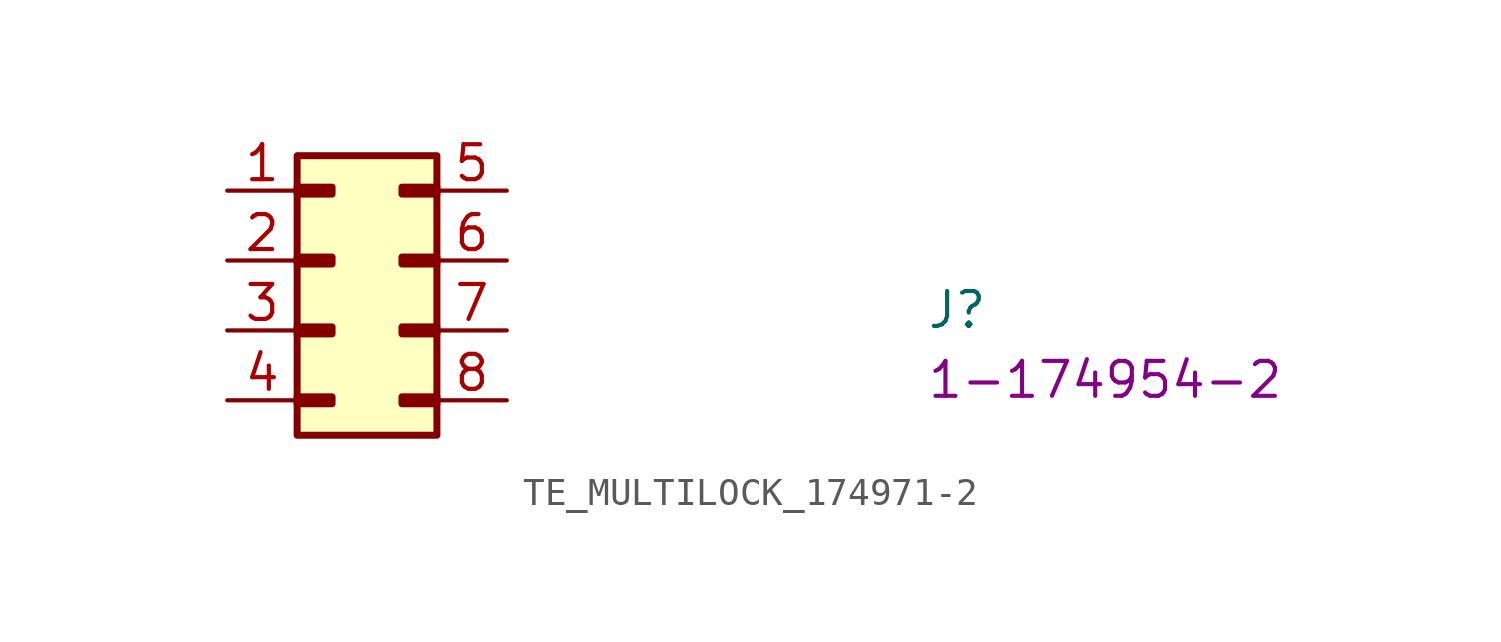
<source format=kicad_sym>
(kicad_symbol_lib
  (version 20220914)
  (generator kicad_symbol_editor)
  (symbol "TE_MULTILOCK_174971-2"
    (property "Reference" "J"
      (at 25.4 -5.08 0)
      (effects (font (size 1.27 1.27) (thickness 0.15)) (justify left bottom)))
    (property "MPN" "1-174954-2"
      (at 25.4 -7.62 0)
      (effects (font (size 1.27 1.27) (thickness 0.15)) (justify left bottom)))
    (symbol "TE_MULTILOCK_174971-2_1_1"
      (rectangle (start 2.54 -7.493) (end 3.81 -7.747) (stroke (width 0.254) (type default)) (fill (type background)))
      (rectangle (start 2.54 -4.953) (end 3.81 -5.207) (stroke (width 0.254) (type default)) (fill (type background)))
      (rectangle (start 2.54 -2.413) (end 3.81 -2.667) (stroke (width 0.254) (type default)) (fill (type background)))
      (rectangle (start 2.54 0.127) (end 3.81 -0.127) (stroke (width 0.254) (type default)) (fill (type background)))
      (rectangle (start 2.54 1.27) (end 7.62 -8.89) (stroke (width 0.254) (type default)) (fill (type background)))
      (rectangle (start 6.35 -7.493) (end 7.62 -7.747) (stroke (width 0.254) (type default)) (fill (type background)))
      (rectangle (start 6.35 -4.953) (end 7.62 -5.207) (stroke (width 0.254) (type default)) (fill (type background)))
      (rectangle (start 6.35 -2.413) (end 7.62 -2.667) (stroke (width 0.254) (type default)) (fill (type background)))
      (rectangle (start 6.35 0.127) (end 7.62 -0.127) (stroke (width 0.254) (type default)) (fill (type background)))
      (pin passive line (at 0 0 0) (length 2.54) (name "~" (effects (font (size 1.27 1.27)))) (number "1" (effects (font (size 1.27 1.27)))))
      (pin passive line (at 0 -2.54 0) (length 2.54) (name "~" (effects (font (size 1.27 1.27)))) (number "2" (effects (font (size 1.27 1.27)))))
      (pin passive line (at 0 -5.08 0) (length 2.54) (name "~" (effects (font (size 1.27 1.27)))) (number "3" (effects (font (size 1.27 1.27)))))
      (pin passive line (at 0 -7.62 0) (length 2.54) (name "~" (effects (font (size 1.27 1.27)))) (number "4" (effects (font (size 1.27 1.27)))))
      (pin passive line (at 10.16 0 180) (length 2.54) (name "~" (effects (font (size 1.27 1.27)))) (number "5" (effects (font (size 1.27 1.27)))))
      (pin passive line (at 10.16 -2.54 180) (length 2.54) (name "~" (effects (font (size 1.27 1.27)))) (number "6" (effects (font (size 1.27 1.27)))))
      (pin passive line (at 10.16 -5.08 180) (length 2.54) (name "~" (effects (font (size 1.27 1.27)))) (number "7" (effects (font (size 1.27 1.27)))))
      (pin passive line (at 10.16 -7.62 180) (length 2.54) (name "~" (effects (font (size 1.27 1.27)))) (number "8" (effects (font (size 1.27 1.27))))))))
</source>
